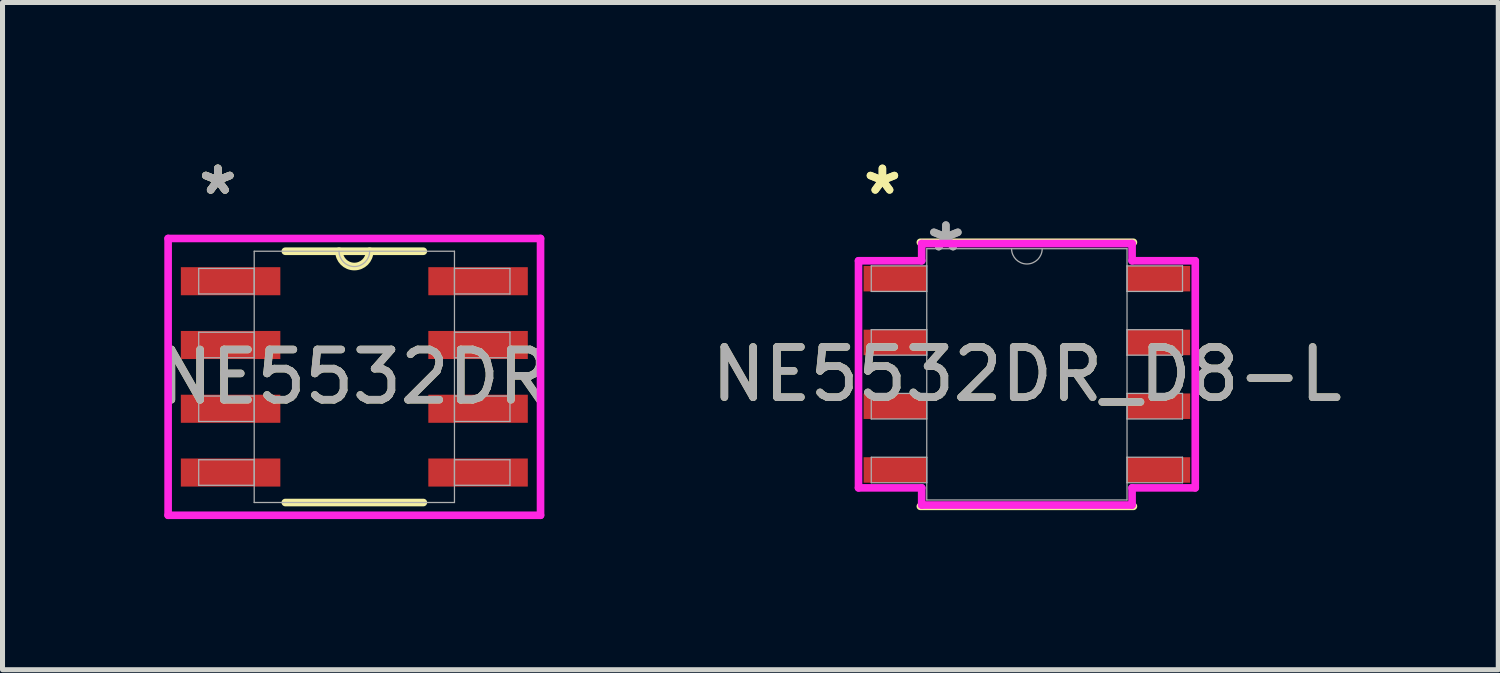
<source format=kicad_pcb>
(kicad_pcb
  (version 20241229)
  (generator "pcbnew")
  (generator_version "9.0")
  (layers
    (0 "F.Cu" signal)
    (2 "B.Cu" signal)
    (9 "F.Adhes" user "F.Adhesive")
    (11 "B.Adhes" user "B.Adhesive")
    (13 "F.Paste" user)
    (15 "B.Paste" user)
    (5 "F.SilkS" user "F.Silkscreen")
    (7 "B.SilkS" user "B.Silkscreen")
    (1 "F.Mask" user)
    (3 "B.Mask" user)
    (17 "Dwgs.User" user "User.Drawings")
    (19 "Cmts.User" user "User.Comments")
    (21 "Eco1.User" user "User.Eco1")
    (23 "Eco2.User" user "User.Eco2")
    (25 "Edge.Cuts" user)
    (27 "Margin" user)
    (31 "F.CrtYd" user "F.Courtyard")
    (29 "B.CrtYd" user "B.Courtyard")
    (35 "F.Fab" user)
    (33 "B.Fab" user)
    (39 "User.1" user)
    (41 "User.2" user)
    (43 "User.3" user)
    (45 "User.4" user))
  (footprint "NE5532DR_D8-L"
    (layer "F.Cu")
    (at 17.399 4.404)
    (property "Reference" "NE5532DR_D8-L" (at 0 0 0) (unlocked yes) (layer "F.SilkS") (effects (font (size 1 1) (thickness 0.15))))
    (attr smd)
    (fp_line (start -2.121 2.629) (end 2.121 2.629) (stroke (width 0.152) (type solid)) (layer "F.SilkS"))
    (fp_line (start 2.121 -2.629) (end -2.121 -2.629) (stroke (width 0.152) (type solid)) (layer "F.SilkS"))
    (fp_line (start -3.353 -2.261) (end -2.095 -2.261) (stroke (width 0.152) (type solid)) (layer "F.CrtYd"))
    (fp_line (start -3.353 2.261) (end -3.353 -2.261) (stroke (width 0.152) (type solid)) (layer "F.CrtYd"))
    (fp_line (start -3.353 2.261) (end -2.095 2.261) (stroke (width 0.152) (type solid)) (layer "F.CrtYd"))
    (fp_line (start -2.095 -2.603) (end 2.095 -2.603) (stroke (width 0.152) (type solid)) (layer "F.CrtYd"))
    (fp_line (start -2.095 -2.261) (end -2.095 -2.603) (stroke (width 0.152) (type solid)) (layer "F.CrtYd"))
    (fp_line (start -2.095 2.603) (end -2.095 2.261) (stroke (width 0.152) (type solid)) (layer "F.CrtYd"))
    (fp_line (start 2.095 -2.603) (end 2.095 -2.261) (stroke (width 0.152) (type solid)) (layer "F.CrtYd"))
    (fp_line (start 2.095 2.261) (end 2.095 2.603) (stroke (width 0.152) (type solid)) (layer "F.CrtYd"))
    (fp_line (start 2.095 2.603) (end -2.095 2.603) (stroke (width 0.152) (type solid)) (layer "F.CrtYd"))
    (fp_line (start 3.353 -2.261) (end 2.095 -2.261) (stroke (width 0.152) (type solid)) (layer "F.CrtYd"))
    (fp_line (start 3.353 -2.261) (end 3.353 2.261) (stroke (width 0.152) (type solid)) (layer "F.CrtYd"))
    (fp_line (start 3.353 2.261) (end 2.095 2.261) (stroke (width 0.152) (type solid)) (layer "F.CrtYd"))
    (fp_line (start -3.099 -2.159) (end -3.099 -1.651) (stroke (width 0.025) (type solid)) (layer "F.Fab"))
    (fp_line (start -3.099 -1.651) (end -1.994 -1.651) (stroke (width 0.025) (type solid)) (layer "F.Fab"))
    (fp_line (start -3.099 -0.889) (end -3.099 -0.381) (stroke (width 0.025) (type solid)) (layer "F.Fab"))
    (fp_line (start -3.099 -0.381) (end -1.994 -0.381) (stroke (width 0.025) (type solid)) (layer "F.Fab"))
    (fp_line (start -3.099 0.381) (end -3.099 0.889) (stroke (width 0.025) (type solid)) (layer "F.Fab"))
    (fp_line (start -3.099 0.889) (end -1.994 0.889) (stroke (width 0.025) (type solid)) (layer "F.Fab"))
    (fp_line (start -3.099 1.651) (end -3.099 2.159) (stroke (width 0.025) (type solid)) (layer "F.Fab"))
    (fp_line (start -3.099 2.159) (end -1.994 2.159) (stroke (width 0.025) (type solid)) (layer "F.Fab"))
    (fp_line (start -1.994 -2.502) (end -1.994 2.502) (stroke (width 0.025) (type solid)) (layer "F.Fab"))
    (fp_line (start -1.994 -2.159) (end -3.099 -2.159) (stroke (width 0.025) (type solid)) (layer "F.Fab"))
    (fp_line (start -1.994 -1.651) (end -1.994 -2.159) (stroke (width 0.025) (type solid)) (layer "F.Fab"))
    (fp_line (start -1.994 -0.889) (end -3.099 -0.889) (stroke (width 0.025) (type solid)) (layer "F.Fab"))
    (fp_line (start -1.994 -0.381) (end -1.994 -0.889) (stroke (width 0.025) (type solid)) (layer "F.Fab"))
    (fp_line (start -1.994 0.381) (end -3.099 0.381) (stroke (width 0.025) (type solid)) (layer "F.Fab"))
    (fp_line (start -1.994 0.889) (end -1.994 0.381) (stroke (width 0.025) (type solid)) (layer "F.Fab"))
    (fp_line (start -1.994 1.651) (end -3.099 1.651) (stroke (width 0.025) (type solid)) (layer "F.Fab"))
    (fp_line (start -1.994 2.159) (end -1.994 1.651) (stroke (width 0.025) (type solid)) (layer "F.Fab"))
    (fp_line (start -1.994 2.502) (end 1.994 2.502) (stroke (width 0.025) (type solid)) (layer "F.Fab"))
    (fp_line (start 1.994 -2.502) (end -1.994 -2.502) (stroke (width 0.025) (type solid)) (layer "F.Fab"))
    (fp_line (start 1.994 -2.159) (end 1.994 -1.651) (stroke (width 0.025) (type solid)) (layer "F.Fab"))
    (fp_line (start 1.994 -1.651) (end 3.099 -1.651) (stroke (width 0.025) (type solid)) (layer "F.Fab"))
    (fp_line (start 1.994 -0.889) (end 1.994 -0.381) (stroke (width 0.025) (type solid)) (layer "F.Fab"))
    (fp_line (start 1.994 -0.381) (end 3.099 -0.381) (stroke (width 0.025) (type solid)) (layer "F.Fab"))
    (fp_line (start 1.994 0.381) (end 1.994 0.889) (stroke (width 0.025) (type solid)) (layer "F.Fab"))
    (fp_line (start 1.994 0.889) (end 3.099 0.889) (stroke (width 0.025) (type solid)) (layer "F.Fab"))
    (fp_line (start 1.994 1.651) (end 1.994 2.159) (stroke (width 0.025) (type solid)) (layer "F.Fab"))
    (fp_line (start 1.994 2.159) (end 3.099 2.159) (stroke (width 0.025) (type solid)) (layer "F.Fab"))
    (fp_line (start 1.994 2.502) (end 1.994 -2.502) (stroke (width 0.025) (type solid)) (layer "F.Fab"))
    (fp_line (start 3.099 -2.159) (end 1.994 -2.159) (stroke (width 0.025) (type solid)) (layer "F.Fab"))
    (fp_line (start 3.099 -1.651) (end 3.099 -2.159) (stroke (width 0.025) (type solid)) (layer "F.Fab"))
    (fp_line (start 3.099 -0.889) (end 1.994 -0.889) (stroke (width 0.025) (type solid)) (layer "F.Fab"))
    (fp_line (start 3.099 -0.381) (end 3.099 -0.889) (stroke (width 0.025) (type solid)) (layer "F.Fab"))
    (fp_line (start 3.099 0.381) (end 1.994 0.381) (stroke (width 0.025) (type solid)) (layer "F.Fab"))
    (fp_line (start 3.099 0.889) (end 3.099 0.381) (stroke (width 0.025) (type solid)) (layer "F.Fab"))
    (fp_line (start 3.099 1.651) (end 1.994 1.651) (stroke (width 0.025) (type solid)) (layer "F.Fab"))
    (fp_line (start 3.099 2.159) (end 3.099 1.651) (stroke (width 0.025) (type solid)) (layer "F.Fab"))
    (fp_arc (start 0.3048 -2.5019) (mid 0 -2.1971) (end -0.3048 -2.5019) (stroke (width 0.0254) (type solid)) (layer "F.Fab"))
    (fp_text user "*" (at -2.877 -3.556 0) (unlocked yes) (layer "F.SilkS") (effects (font (size 1 1) (thickness 0.15))))
    (fp_text user "*" (at -2.877 -3.556 0) (layer "F.SilkS") (effects (font (size 1 1) (thickness 0.15))))
    (fp_text user "*" (at -1.613 -2.426 0) (layer "F.Fab") (effects (font (size 1 1) (thickness 0.15))))
    (fp_text user "*" (at -1.613 -2.426 0) (unlocked yes) (layer "F.Fab") (effects (font (size 1 1) (thickness 0.15))))
    (fp_text user "${REFERENCE}" (at 0 0 0) (unlocked yes) (layer "F.Fab") (effects (font (size 1 1) (thickness 0.15))))
    (pad "1" smd rect (at -2.623 -1.905) (size 1.257 0.508) (layers "F.Cu" "F.Mask" "F.Paste"))
    (pad "2" smd rect (at -2.623 -0.635) (size 1.257 0.508) (layers "F.Cu" "F.Mask" "F.Paste"))
    (pad "3" smd rect (at -2.623 0.635) (size 1.257 0.508) (layers "F.Cu" "F.Mask" "F.Paste"))
    (pad "4" smd rect (at -2.623 1.905) (size 1.257 0.508) (layers "F.Cu" "F.Mask" "F.Paste"))
    (pad "5" smd rect (at 2.623 1.905) (size 1.257 0.508) (layers "F.Cu" "F.Mask" "F.Paste"))
    (pad "6" smd rect (at 2.623 0.635) (size 1.257 0.508) (layers "F.Cu" "F.Mask" "F.Paste"))
    (pad "7" smd rect (at 2.623 -0.635) (size 1.257 0.508) (layers "F.Cu" "F.Mask" "F.Paste"))
    (pad "8" smd rect (at 2.623 -1.905) (size 1.257 0.508) (layers "F.Cu" "F.Mask" "F.Paste")))
  (footprint "NE5532DR"
    (layer "F.Cu")
    (at 4.006 4.455)
    (property "Reference" "NE5532DR" (at 0 0 0) (unlocked yes) (layer "F.SilkS") (effects (font (size 1 1) (thickness 0.15))))
    (attr smd)
    (fp_line (start -1.374 2.502) (end 1.374 2.502) (stroke (width 0.152) (type solid)) (layer "F.SilkS"))
    (fp_line (start 1.374 -2.502) (end -1.374 -2.502) (stroke (width 0.152) (type solid)) (layer "F.SilkS"))
    (fp_arc (start 0.3048 -2.5019) (mid 0 -2.1971) (end -0.3048 -2.5019) (stroke (width 0.1524) (type solid)) (layer "F.SilkS"))
    (fp_line (start -3.708 -2.756) (end 3.708 -2.756) (stroke (width 0.152) (type solid)) (layer "F.CrtYd"))
    (fp_line (start -3.708 2.756) (end -3.708 -2.756) (stroke (width 0.152) (type solid)) (layer "F.CrtYd"))
    (fp_line (start 3.708 -2.756) (end 3.708 2.756) (stroke (width 0.152) (type solid)) (layer "F.CrtYd"))
    (fp_line (start 3.708 2.756) (end -3.708 2.756) (stroke (width 0.152) (type solid)) (layer "F.CrtYd"))
    (fp_line (start -3.099 -2.159) (end -3.099 -1.651) (stroke (width 0.025) (type solid)) (layer "F.Fab"))
    (fp_line (start -3.099 -1.651) (end -1.994 -1.651) (stroke (width 0.025) (type solid)) (layer "F.Fab"))
    (fp_line (start -3.099 -0.889) (end -3.099 -0.381) (stroke (width 0.025) (type solid)) (layer "F.Fab"))
    (fp_line (start -3.099 -0.381) (end -1.994 -0.381) (stroke (width 0.025) (type solid)) (layer "F.Fab"))
    (fp_line (start -3.099 0.381) (end -3.099 0.889) (stroke (width 0.025) (type solid)) (layer "F.Fab"))
    (fp_line (start -3.099 0.889) (end -1.994 0.889) (stroke (width 0.025) (type solid)) (layer "F.Fab"))
    (fp_line (start -3.099 1.651) (end -3.099 2.159) (stroke (width 0.025) (type solid)) (layer "F.Fab"))
    (fp_line (start -3.099 2.159) (end -1.994 2.159) (stroke (width 0.025) (type solid)) (layer "F.Fab"))
    (fp_line (start -1.994 -2.502) (end -1.994 2.502) (stroke (width 0.025) (type solid)) (layer "F.Fab"))
    (fp_line (start -1.994 -2.159) (end -3.099 -2.159) (stroke (width 0.025) (type solid)) (layer "F.Fab"))
    (fp_line (start -1.994 -1.651) (end -1.994 -2.159) (stroke (width 0.025) (type solid)) (layer "F.Fab"))
    (fp_line (start -1.994 -0.889) (end -3.099 -0.889) (stroke (width 0.025) (type solid)) (layer "F.Fab"))
    (fp_line (start -1.994 -0.381) (end -1.994 -0.889) (stroke (width 0.025) (type solid)) (layer "F.Fab"))
    (fp_line (start -1.994 0.381) (end -3.099 0.381) (stroke (width 0.025) (type solid)) (layer "F.Fab"))
    (fp_line (start -1.994 0.889) (end -1.994 0.381) (stroke (width 0.025) (type solid)) (layer "F.Fab"))
    (fp_line (start -1.994 1.651) (end -3.099 1.651) (stroke (width 0.025) (type solid)) (layer "F.Fab"))
    (fp_line (start -1.994 2.159) (end -1.994 1.651) (stroke (width 0.025) (type solid)) (layer "F.Fab"))
    (fp_line (start -1.994 2.502) (end 1.994 2.502) (stroke (width 0.025) (type solid)) (layer "F.Fab"))
    (fp_line (start 1.994 -2.502) (end -1.994 -2.502) (stroke (width 0.025) (type solid)) (layer "F.Fab"))
    (fp_line (start 1.994 -2.159) (end 1.994 -1.651) (stroke (width 0.025) (type solid)) (layer "F.Fab"))
    (fp_line (start 1.994 -1.651) (end 3.099 -1.651) (stroke (width 0.025) (type solid)) (layer "F.Fab"))
    (fp_line (start 1.994 -0.889) (end 1.994 -0.381) (stroke (width 0.025) (type solid)) (layer "F.Fab"))
    (fp_line (start 1.994 -0.381) (end 3.099 -0.381) (stroke (width 0.025) (type solid)) (layer "F.Fab"))
    (fp_line (start 1.994 0.381) (end 1.994 0.889) (stroke (width 0.025) (type solid)) (layer "F.Fab"))
    (fp_line (start 1.994 0.889) (end 3.099 0.889) (stroke (width 0.025) (type solid)) (layer "F.Fab"))
    (fp_line (start 1.994 1.651) (end 1.994 2.159) (stroke (width 0.025) (type solid)) (layer "F.Fab"))
    (fp_line (start 1.994 2.159) (end 3.099 2.159) (stroke (width 0.025) (type solid)) (layer "F.Fab"))
    (fp_line (start 1.994 2.502) (end 1.994 -2.502) (stroke (width 0.025) (type solid)) (layer "F.Fab"))
    (fp_line (start 3.099 -2.159) (end 1.994 -2.159) (stroke (width 0.025) (type solid)) (layer "F.Fab"))
    (fp_line (start 3.099 -1.651) (end 3.099 -2.159) (stroke (width 0.025) (type solid)) (layer "F.Fab"))
    (fp_line (start 3.099 -0.889) (end 1.994 -0.889) (stroke (width 0.025) (type solid)) (layer "F.Fab"))
    (fp_line (start 3.099 -0.381) (end 3.099 -0.889) (stroke (width 0.025) (type solid)) (layer "F.Fab"))
    (fp_line (start 3.099 0.381) (end 1.994 0.381) (stroke (width 0.025) (type solid)) (layer "F.Fab"))
    (fp_line (start 3.099 0.889) (end 3.099 0.381) (stroke (width 0.025) (type solid)) (layer "F.Fab"))
    (fp_line (start 3.099 1.651) (end 1.994 1.651) (stroke (width 0.025) (type solid)) (layer "F.Fab"))
    (fp_line (start 3.099 2.159) (end 3.099 1.651) (stroke (width 0.025) (type solid)) (layer "F.Fab"))
    (fp_arc (start 0.3048 -2.5019) (mid 0 -2.1971) (end -0.3048 -2.5019) (stroke (width 0.0254) (type solid)) (layer "F.Fab"))
    (fp_text user "*" (at -2.718 -3.607 0) (unlocked yes) (layer "F.SilkS") (effects (font (size 1 1) (thickness 0.15))))
    (fp_text user "*" (at -2.718 -3.607 0) (layer "F.SilkS") (effects (font (size 1 1) (thickness 0.15))))
    (fp_text user "*" (at -2.718 -3.607 0) (layer "F.Fab") (effects (font (size 1 1) (thickness 0.15))))
    (fp_text user "${REFERENCE}" (at 0 0 0) (unlocked yes) (layer "F.Fab") (effects (font (size 1 1) (thickness 0.15))))
    (fp_text user "*" (at -2.718 -3.607 0) (unlocked yes) (layer "F.Fab") (effects (font (size 1 1) (thickness 0.15))))
    (pad "1" smd rect (at -2.464 -1.905) (size 1.981 0.559) (layers "F.Cu" "F.Mask" "F.Paste"))
    (pad "2" smd rect (at -2.464 -0.635) (size 1.981 0.559) (layers "F.Cu" "F.Mask" "F.Paste"))
    (pad "3" smd rect (at -2.464 0.635) (size 1.981 0.559) (layers "F.Cu" "F.Mask" "F.Paste"))
    (pad "4" smd rect (at -2.464 1.905) (size 1.981 0.559) (layers "F.Cu" "F.Mask" "F.Paste"))
    (pad "5" smd rect (at 2.464 1.905) (size 1.981 0.559) (layers "F.Cu" "F.Mask" "F.Paste"))
    (pad "6" smd rect (at 2.464 0.635) (size 1.981 0.559) (layers "F.Cu" "F.Mask" "F.Paste"))
    (pad "7" smd rect (at 2.464 -0.635) (size 1.981 0.559) (layers "F.Cu" "F.Mask" "F.Paste"))
    (pad "8" smd rect (at 2.464 -1.905) (size 1.981 0.559) (layers "F.Cu" "F.Mask" "F.Paste")))
  (gr_rect
    (start -3 -3)
    (end 26.786 10.287)
    (stroke (width 0.1) (type default))
    (fill no)
    (layer "Edge.Cuts")))
</source>
